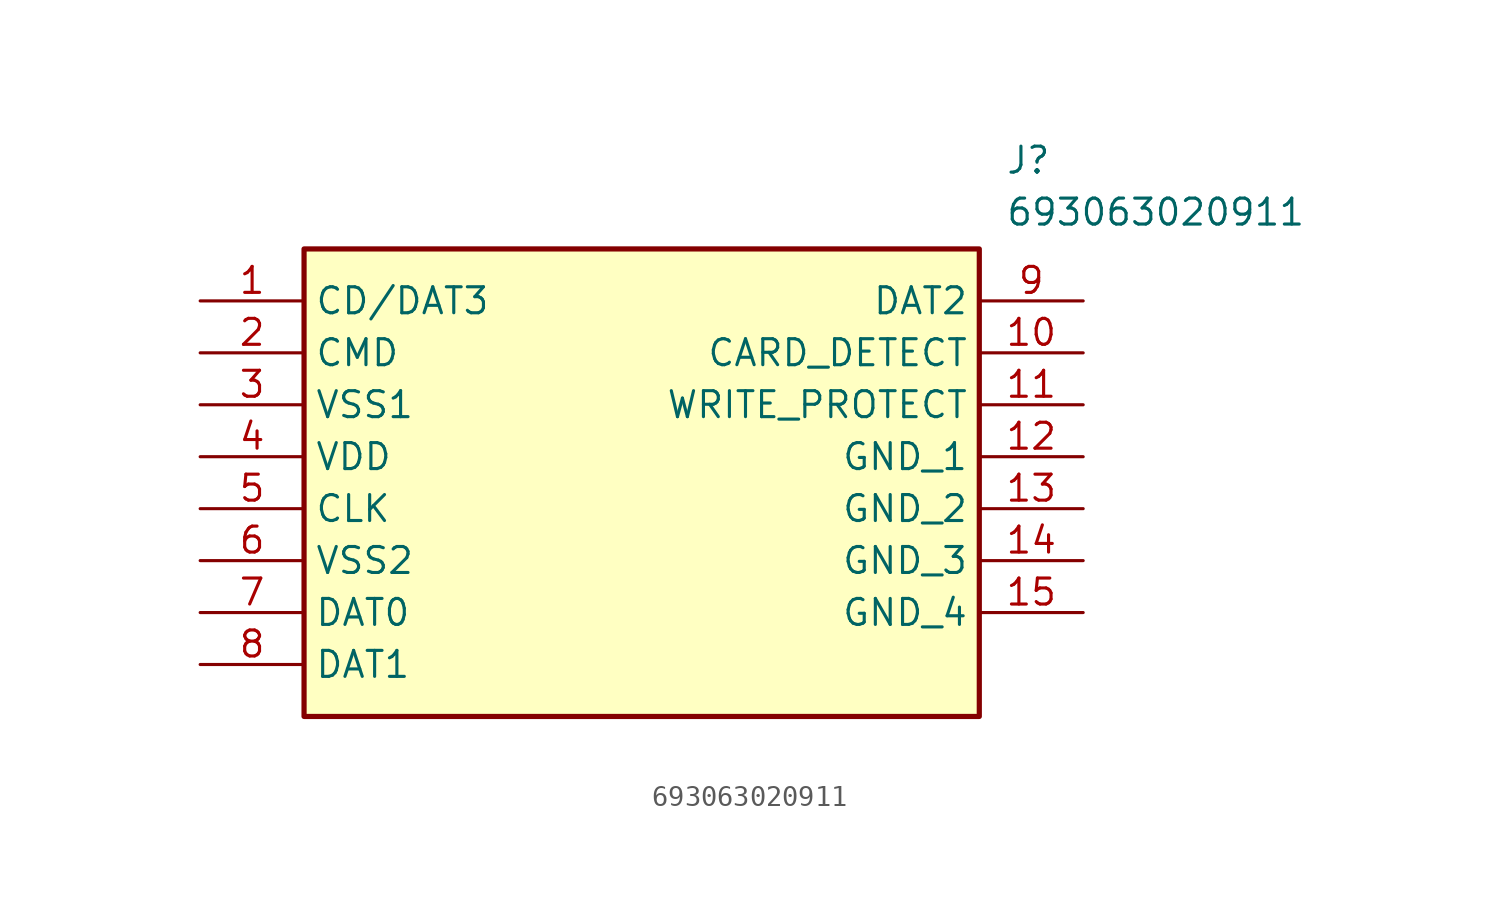
<source format=kicad_sym>
(kicad_symbol_lib
  (version 20211014)
  (generator SamacSys_ECAD_Model)
  (symbol "693063020911"
    (property "Reference" "J"
      (at 39.37 7.62 0)
      (effects (font (size 1.27 1.27)) (justify left top)))
    (property "Value" "693063020911"
      (at 39.37 5.08 0)
      (effects (font (size 1.27 1.27)) (justify left top)))
    (rectangle
      (start 5.08 2.54)
      (end 38.1 -20.32)
      (stroke (width 0.254) (type default))
      (fill (type background)))
    (pin passive line
      (at 0 0 0)
      (length 5.08)
      (name "CD/DAT3" (effects (font (size 1.27 1.27))))
      (number "1" (effects (font (size 1.27 1.27)))))
    (pin passive line
      (at 0 -2.54 0)
      (length 5.08)
      (name "CMD" (effects (font (size 1.27 1.27))))
      (number "2" (effects (font (size 1.27 1.27)))))
    (pin passive line
      (at 0 -5.08 0)
      (length 5.08)
      (name "VSS1" (effects (font (size 1.27 1.27))))
      (number "3" (effects (font (size 1.27 1.27)))))
    (pin passive line
      (at 0 -7.62 0)
      (length 5.08)
      (name "VDD" (effects (font (size 1.27 1.27))))
      (number "4" (effects (font (size 1.27 1.27)))))
    (pin passive line
      (at 0 -10.16 0)
      (length 5.08)
      (name "CLK" (effects (font (size 1.27 1.27))))
      (number "5" (effects (font (size 1.27 1.27)))))
    (pin passive line
      (at 0 -12.7 0)
      (length 5.08)
      (name "VSS2" (effects (font (size 1.27 1.27))))
      (number "6" (effects (font (size 1.27 1.27)))))
    (pin passive line
      (at 0 -15.24 0)
      (length 5.08)
      (name "DAT0" (effects (font (size 1.27 1.27))))
      (number "7" (effects (font (size 1.27 1.27)))))
    (pin passive line
      (at 0 -17.78 0)
      (length 5.08)
      (name "DAT1" (effects (font (size 1.27 1.27))))
      (number "8" (effects (font (size 1.27 1.27)))))
    (pin passive line
      (at 43.18 0 180)
      (length 5.08)
      (name "DAT2" (effects (font (size 1.27 1.27))))
      (number "9" (effects (font (size 1.27 1.27)))))
    (pin passive line
      (at 43.18 -2.54 180)
      (length 5.08)
      (name "CARD_DETECT" (effects (font (size 1.27 1.27))))
      (number "10" (effects (font (size 1.27 1.27)))))
    (pin passive line
      (at 43.18 -5.08 180)
      (length 5.08)
      (name "WRITE_PROTECT" (effects (font (size 1.27 1.27))))
      (number "11" (effects (font (size 1.27 1.27)))))
    (pin passive line
      (at 43.18 -7.62 180)
      (length 5.08)
      (name "GND_1" (effects (font (size 1.27 1.27))))
      (number "12" (effects (font (size 1.27 1.27)))))
    (pin passive line
      (at 43.18 -10.16 180)
      (length 5.08)
      (name "GND_2" (effects (font (size 1.27 1.27))))
      (number "13" (effects (font (size 1.27 1.27)))))
    (pin passive line
      (at 43.18 -12.7 180)
      (length 5.08)
      (name "GND_3" (effects (font (size 1.27 1.27))))
      (number "14" (effects (font (size 1.27 1.27)))))
    (pin passive line
      (at 43.18 -15.24 180)
      (length 5.08)
      (name "GND_4" (effects (font (size 1.27 1.27))))
      (number "15" (effects (font (size 1.27 1.27)))))))
</source>
